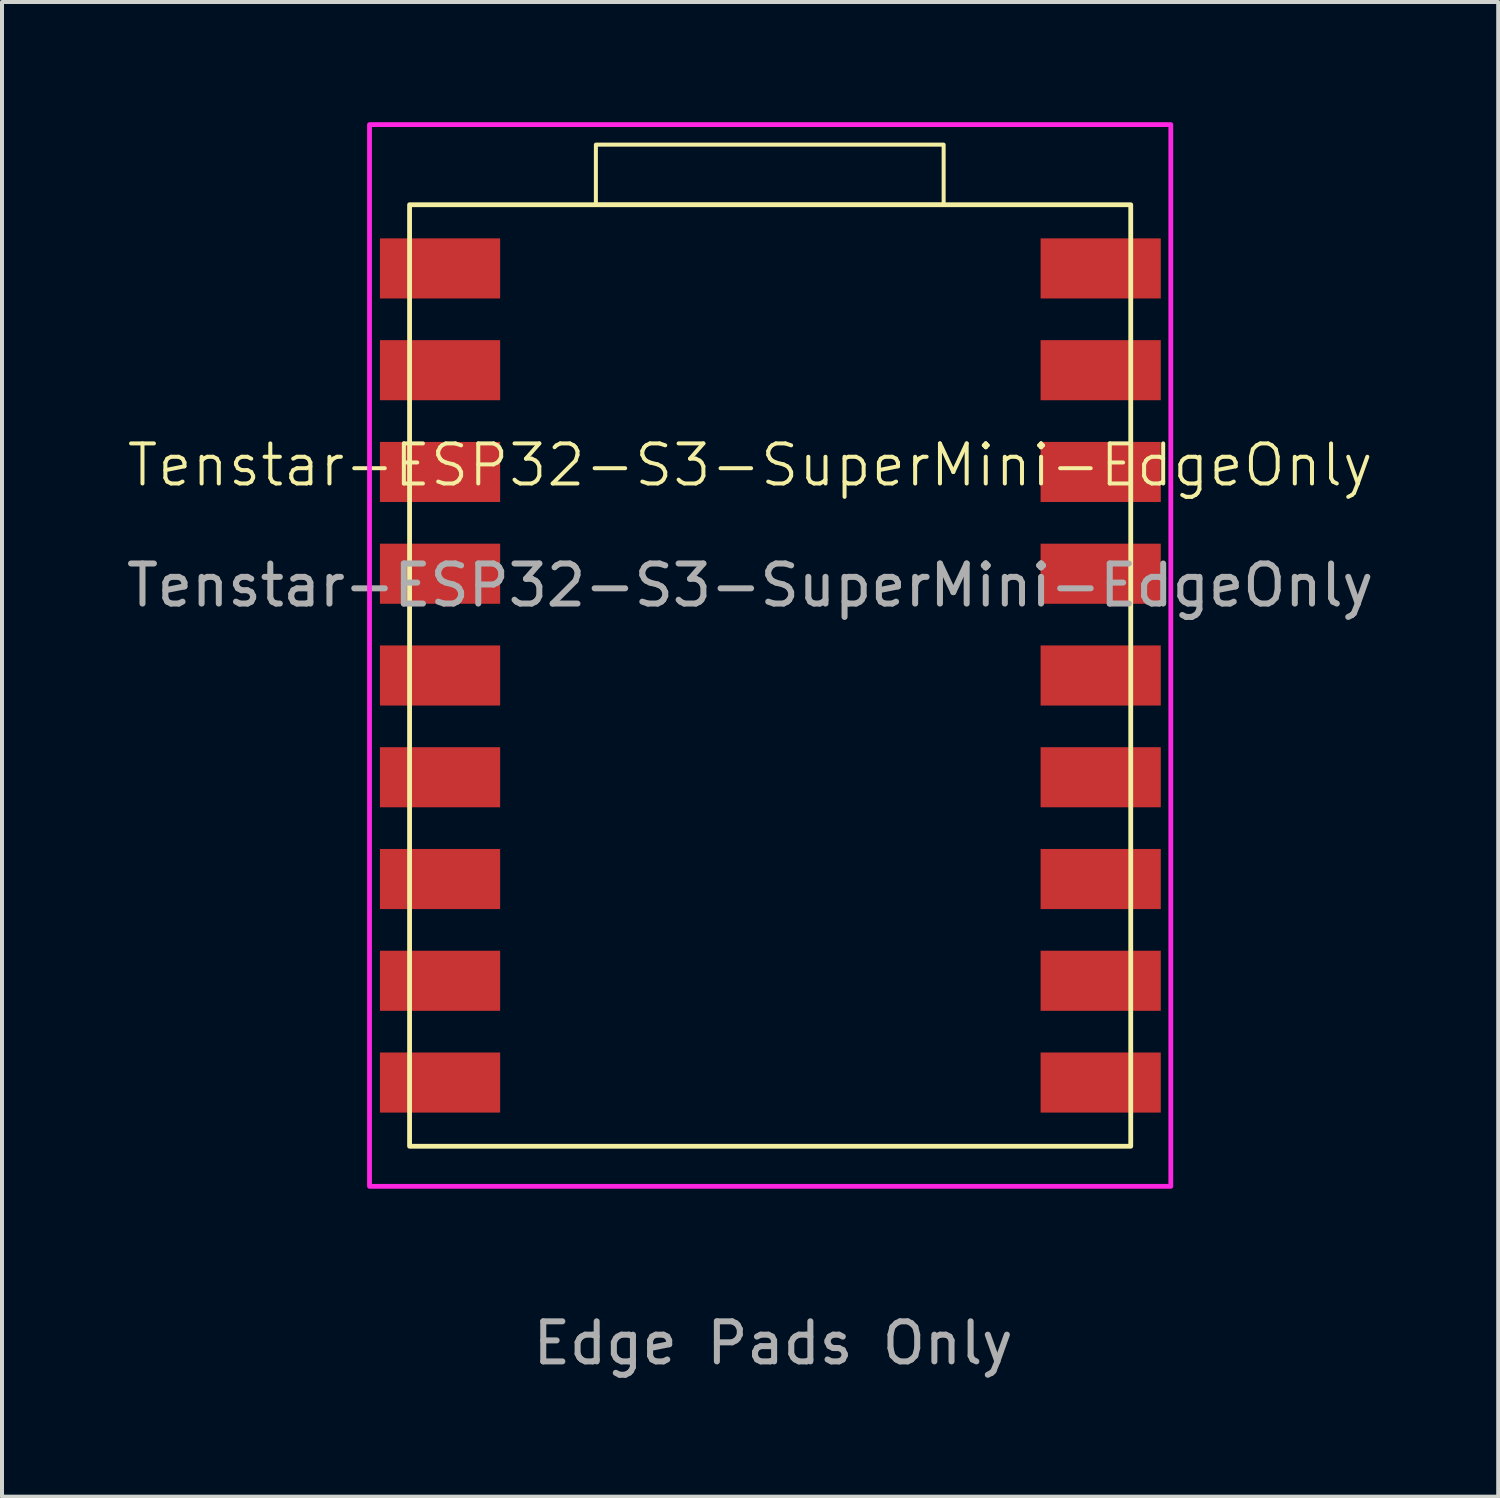
<source format=kicad_pcb>
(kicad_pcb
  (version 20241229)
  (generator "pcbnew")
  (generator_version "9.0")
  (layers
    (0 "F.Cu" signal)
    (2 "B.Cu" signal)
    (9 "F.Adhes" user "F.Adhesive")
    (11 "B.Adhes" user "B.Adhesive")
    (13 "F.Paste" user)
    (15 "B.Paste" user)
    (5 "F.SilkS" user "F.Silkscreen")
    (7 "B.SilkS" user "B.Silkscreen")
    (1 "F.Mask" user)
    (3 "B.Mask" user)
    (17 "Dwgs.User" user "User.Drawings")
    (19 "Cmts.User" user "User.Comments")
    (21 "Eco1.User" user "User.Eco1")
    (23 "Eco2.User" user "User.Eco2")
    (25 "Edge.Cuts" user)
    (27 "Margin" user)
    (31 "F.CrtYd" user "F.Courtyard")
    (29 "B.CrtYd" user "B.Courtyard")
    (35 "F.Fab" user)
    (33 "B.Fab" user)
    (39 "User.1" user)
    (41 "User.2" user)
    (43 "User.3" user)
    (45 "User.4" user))
  (footprint "Tenstar-ESP32-S3-SuperMini-EdgeOnly"
    (layer "F.Cu")
    (at 15.673 9.06)
    (property "Reference" "Tenstar-ESP32-S3-SuperMini-EdgeOnly" (at 0 -0.5 0) (unlocked yes) (layer "F.SilkS") (effects (font (size 1 1) (thickness 0.1))))
    (attr smd)
    (fp_rect (start -8.5 -7) (end 9.5 16.5) (stroke (width 0.12) (type default)) (fill no) (layer "F.SilkS"))
    (fp_rect (start -3.85 -7) (end 4.83 -8.5) (stroke (width 0.1) (type default)) (fill no) (layer "F.SilkS"))
    (fp_rect (start -9.5 -9) (end 10.5 17.5) (stroke (width 0.12) (type default)) (fill no) (layer "F.CrtYd"))
    (fp_text user "Edge Pads Only" (at -5.5 22 0) (unlocked yes) (layer "F.Fab") (effects (font (size 1 1) (thickness 0.15)) (justify left bottom)))
    (fp_text user "${REFERENCE}" (at 0 2.5 0) (unlocked yes) (layer "F.Fab") (effects (font (size 1 1) (thickness 0.15))))
    (pad "1" smd rect (at -7.74 -5.41) (size 3 1.5) (layers "F.Cu" "F.Mask" "F.Paste"))
    (pad "2" smd rect (at -7.74 -2.87) (size 3 1.5) (layers "F.Cu" "F.Mask" "F.Paste"))
    (pad "3" smd rect (at -7.74 -0.33) (size 3 1.5) (layers "F.Cu" "F.Mask" "F.Paste"))
    (pad "4" smd rect (at -7.74 2.21) (size 3 1.5) (layers "F.Cu" "F.Mask" "F.Paste"))
    (pad "5" smd rect (at -7.74 4.75) (size 3 1.5) (layers "F.Cu" "F.Mask" "F.Paste"))
    (pad "6" smd rect (at -7.74 7.29) (size 3 1.5) (layers "F.Cu" "F.Mask" "F.Paste"))
    (pad "7" smd rect (at -7.74 9.83) (size 3 1.5) (layers "F.Cu" "F.Mask" "F.Paste"))
    (pad "8" smd rect (at -7.74 12.37) (size 3 1.5) (layers "F.Cu" "F.Mask" "F.Paste"))
    (pad "9" smd rect (at -7.74 14.91) (size 3 1.5) (layers "F.Cu" "F.Mask" "F.Paste"))
    (pad "10" smd rect (at 8.75 14.91) (size 3 1.5) (layers "F.Cu" "F.Mask" "F.Paste"))
    (pad "11" smd rect (at 8.75 12.37) (size 3 1.5) (layers "F.Cu" "F.Mask" "F.Paste"))
    (pad "12" smd rect (at 8.75 9.83) (size 3 1.5) (layers "F.Cu" "F.Mask" "F.Paste"))
    (pad "13" smd rect (at 8.75 7.29) (size 3 1.5) (layers "F.Cu" "F.Mask" "F.Paste"))
    (pad "14" smd rect (at 8.75 4.75) (size 3 1.5) (layers "F.Cu" "F.Mask" "F.Paste"))
    (pad "15" smd rect (at 8.75 2.21) (size 3 1.5) (layers "F.Cu" "F.Mask" "F.Paste"))
    (pad "16" smd rect (at 8.75 -0.33) (size 3 1.5) (layers "F.Cu" "F.Mask" "F.Paste"))
    (pad "17" smd rect (at 8.75 -2.87) (size 3 1.5) (layers "F.Cu" "F.Mask" "F.Paste"))
    (pad "18" smd rect (at 8.75 -5.41) (size 3 1.5) (layers "F.Cu" "F.Mask" "F.Paste"))
    (zone (net_name "") (layers "F.Cu" "B.Cu") (hatch edge 0.5) (connect_pads) (min_thickness 0.25) (filled_areas_thickness no) (keepout (tracks not_allowed) (vias not_allowed) (pads not_allowed) (copperpour not_allowed) (footprints not_allowed)) (placement (enabled no)) (fill) (polygon (pts (xy 10.173 22.06) (xy 18.173 22.06) (xy 18.173 26.56) (xy 10.173 26.56)))))
  (gr_rect
    (start -3 -3)
    (end 34.345 34.306)
    (stroke (width 0.1) (type default))
    (fill no)
    (layer "Edge.Cuts")))
</source>
